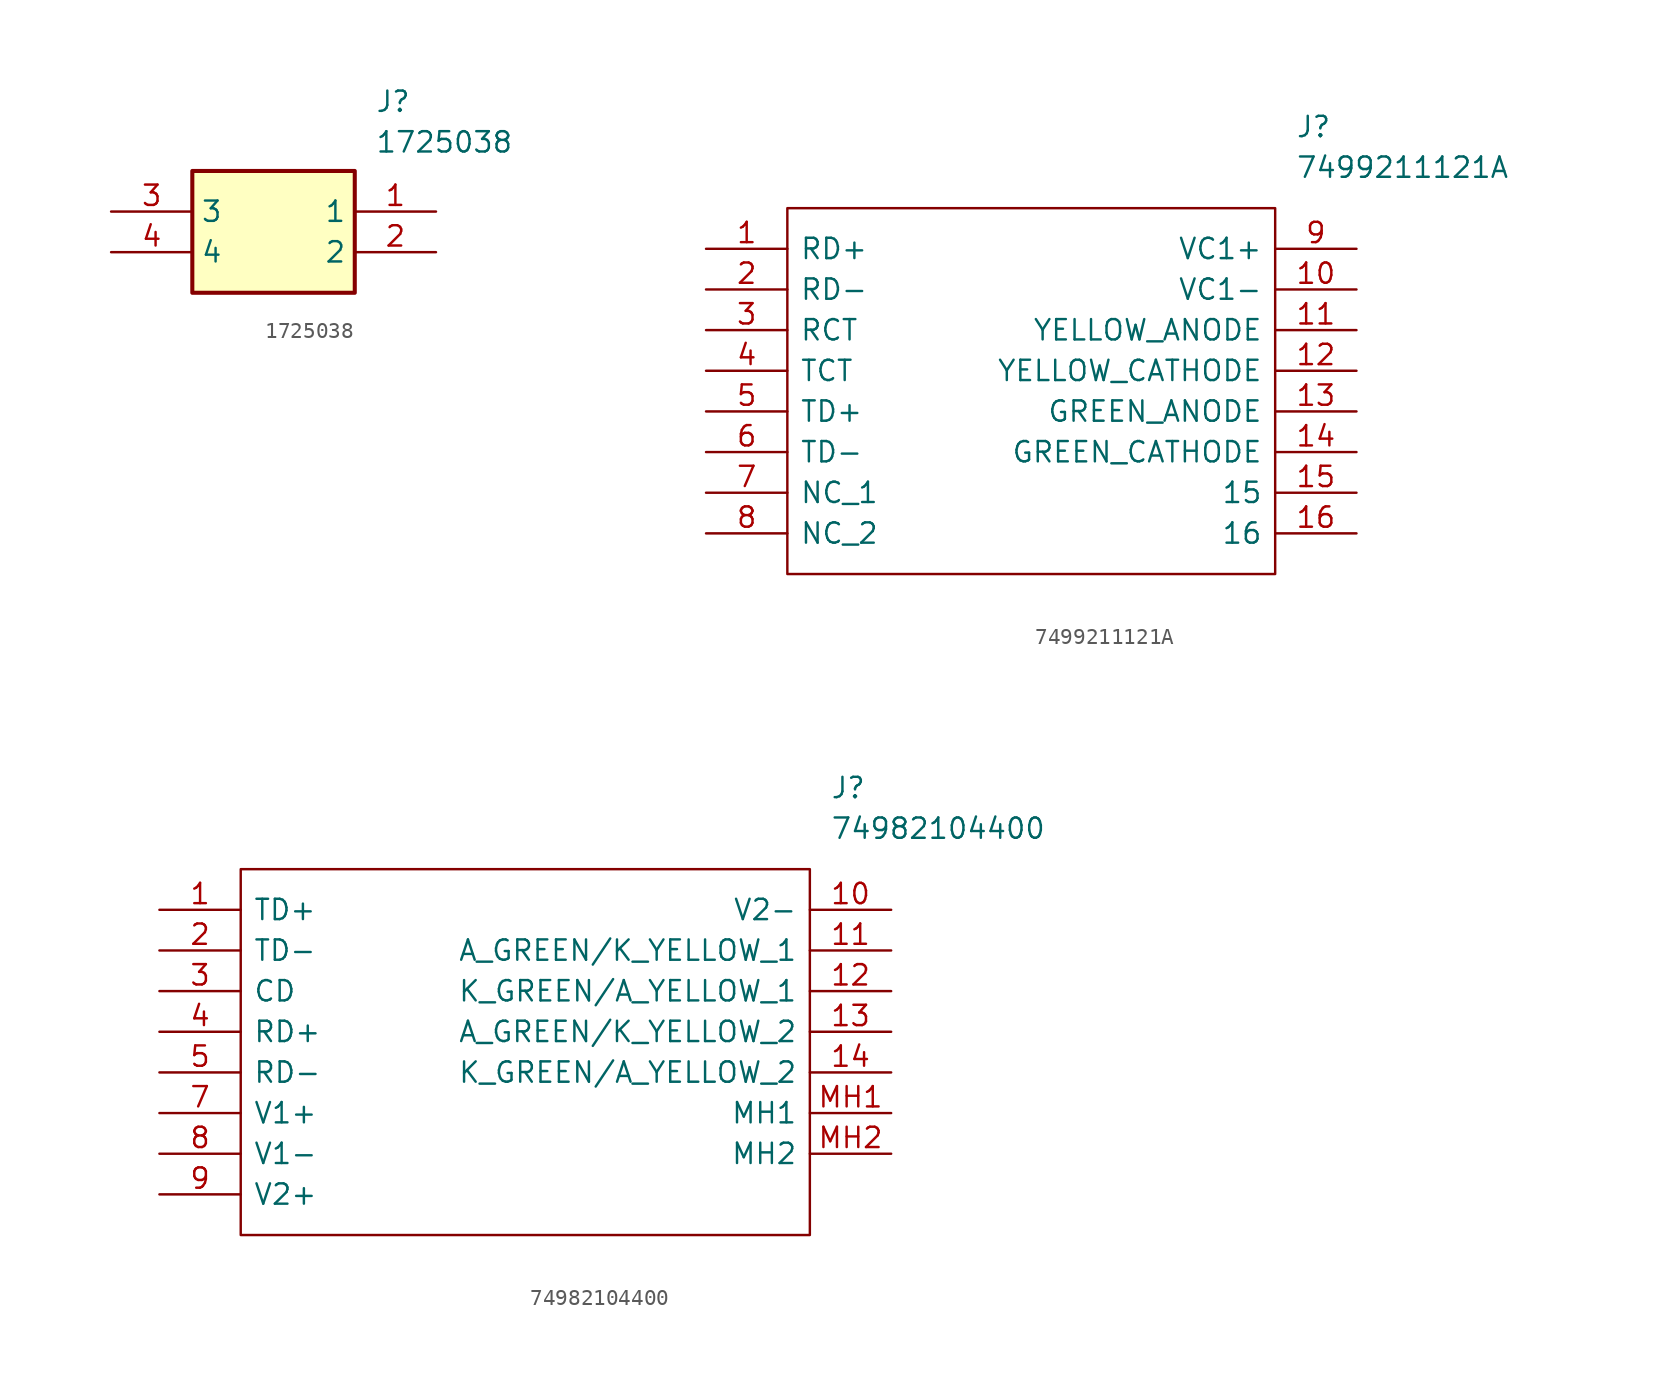
<source format=kicad_sym>
(kicad_symbol_lib
  (version 20231120)
  (generator "kicad_symbol_editor")
  (generator_version "8.0")
  (symbol "1725038"
    (property "Reference" "J"
      (at 16.51 7.62 0)
      (effects (font (size 1.27 1.27)) (justify left top)))
    (property "Value" "1725038"
      (at 16.51 5.08 0)
      (effects (font (size 1.27 1.27)) (justify left top)))
    (symbol "1725038_1_1"
      (rectangle (start 5.08 2.54) (end 15.24 -5.08) (stroke (width 0.254) (type default)) (fill (type background)))
      (pin passive line (at 20.32 0 180) (length 5.08) (name "1" (effects (font (size 1.27 1.27)))) (number "1" (effects (font (size 1.27 1.27)))))
      (pin passive line (at 20.32 -2.54 180) (length 5.08) (name "2" (effects (font (size 1.27 1.27)))) (number "2" (effects (font (size 1.27 1.27)))))
      (pin passive line (at 0 0 0) (length 5.08) (name "3" (effects (font (size 1.27 1.27)))) (number "3" (effects (font (size 1.27 1.27)))))
      (pin passive line (at 0 -2.54 0) (length 5.08) (name "4" (effects (font (size 1.27 1.27)))) (number "4" (effects (font (size 1.27 1.27)))))))
  (symbol "7499211121A"
    (pin_names
      (offset 0.762))
    (property "Reference" "J"
      (at 36.83 7.62 0)
      (effects (font (size 1.27 1.27)) (justify left)))
    (property "Value" "7499211121A"
      (at 36.83 5.08 0)
      (effects (font (size 1.27 1.27)) (justify left)))
    (symbol "7499211121A_0_0"
      (pin passive line (at 0 0 0) (length 5.08) (name "RD+" (effects (font (size 1.27 1.27)))) (number "1" (effects (font (size 1.27 1.27)))))
      (pin passive line (at 40.64 -2.54 180) (length 5.08) (name "VC1-" (effects (font (size 1.27 1.27)))) (number "10" (effects (font (size 1.27 1.27)))))
      (pin passive line (at 40.64 -5.08 180) (length 5.08) (name "YELLOW_ANODE" (effects (font (size 1.27 1.27)))) (number "11" (effects (font (size 1.27 1.27)))))
      (pin passive line (at 40.64 -7.62 180) (length 5.08) (name "YELLOW_CATHODE" (effects (font (size 1.27 1.27)))) (number "12" (effects (font (size 1.27 1.27)))))
      (pin passive line (at 40.64 -10.16 180) (length 5.08) (name "GREEN_ANODE" (effects (font (size 1.27 1.27)))) (number "13" (effects (font (size 1.27 1.27)))))
      (pin passive line (at 40.64 -12.7 180) (length 5.08) (name "GREEN_CATHODE" (effects (font (size 1.27 1.27)))) (number "14" (effects (font (size 1.27 1.27)))))
      (pin passive line (at 40.64 -15.24 180) (length 5.08) (name "15" (effects (font (size 1.27 1.27)))) (number "15" (effects (font (size 1.27 1.27)))))
      (pin passive line (at 40.64 -17.78 180) (length 5.08) (name "16" (effects (font (size 1.27 1.27)))) (number "16" (effects (font (size 1.27 1.27)))))
      (pin passive line (at 0 -2.54 0) (length 5.08) (name "RD-" (effects (font (size 1.27 1.27)))) (number "2" (effects (font (size 1.27 1.27)))))
      (pin passive line (at 0 -5.08 0) (length 5.08) (name "RCT" (effects (font (size 1.27 1.27)))) (number "3" (effects (font (size 1.27 1.27)))))
      (pin passive line (at 0 -7.62 0) (length 5.08) (name "TCT" (effects (font (size 1.27 1.27)))) (number "4" (effects (font (size 1.27 1.27)))))
      (pin passive line (at 0 -10.16 0) (length 5.08) (name "TD+" (effects (font (size 1.27 1.27)))) (number "5" (effects (font (size 1.27 1.27)))))
      (pin passive line (at 0 -12.7 0) (length 5.08) (name "TD-" (effects (font (size 1.27 1.27)))) (number "6" (effects (font (size 1.27 1.27)))))
      (pin passive line (at 0 -15.24 0) (length 5.08) (name "NC_1" (effects (font (size 1.27 1.27)))) (number "7" (effects (font (size 1.27 1.27)))))
      (pin passive line (at 0 -17.78 0) (length 5.08) (name "NC_2" (effects (font (size 1.27 1.27)))) (number "8" (effects (font (size 1.27 1.27)))))
      (pin passive line (at 40.64 0 180) (length 5.08) (name "VC1+" (effects (font (size 1.27 1.27)))) (number "9" (effects (font (size 1.27 1.27))))))
    (symbol "7499211121A_0_1"
      (polyline (pts (xy 5.08 2.54) (xy 35.56 2.54) (xy 35.56 -20.32) (xy 5.08 -20.32) (xy 5.08 2.54)) (stroke (width 0.152) (type solid)) (fill (type none)))))
  (symbol "74982104400"
    (pin_names
      (offset 0.762))
    (property "Reference" "J"
      (at 41.91 7.62 0)
      (effects (font (size 1.27 1.27)) (justify left)))
    (property "Value" "74982104400"
      (at 41.91 5.08 0)
      (effects (font (size 1.27 1.27)) (justify left)))
    (symbol "74982104400_0_0"
      (pin passive line (at 0 0 0) (length 5.08) (name "TD+" (effects (font (size 1.27 1.27)))) (number "1" (effects (font (size 1.27 1.27)))))
      (pin passive line (at 45.72 0 180) (length 5.08) (name "V2-" (effects (font (size 1.27 1.27)))) (number "10" (effects (font (size 1.27 1.27)))))
      (pin passive line (at 45.72 -2.54 180) (length 5.08) (name "A_GREEN/K_YELLOW_1" (effects (font (size 1.27 1.27)))) (number "11" (effects (font (size 1.27 1.27)))))
      (pin passive line (at 45.72 -5.08 180) (length 5.08) (name "K_GREEN/A_YELLOW_1" (effects (font (size 1.27 1.27)))) (number "12" (effects (font (size 1.27 1.27)))))
      (pin passive line (at 45.72 -7.62 180) (length 5.08) (name "A_GREEN/K_YELLOW_2" (effects (font (size 1.27 1.27)))) (number "13" (effects (font (size 1.27 1.27)))))
      (pin passive line (at 45.72 -10.16 180) (length 5.08) (name "K_GREEN/A_YELLOW_2" (effects (font (size 1.27 1.27)))) (number "14" (effects (font (size 1.27 1.27)))))
      (pin passive line (at 0 -2.54 0) (length 5.08) (name "TD-" (effects (font (size 1.27 1.27)))) (number "2" (effects (font (size 1.27 1.27)))))
      (pin passive line (at 0 -5.08 0) (length 5.08) (name "CD" (effects (font (size 1.27 1.27)))) (number "3" (effects (font (size 1.27 1.27)))))
      (pin passive line (at 0 -7.62 0) (length 5.08) (name "RD+" (effects (font (size 1.27 1.27)))) (number "4" (effects (font (size 1.27 1.27)))))
      (pin passive line (at 0 -10.16 0) (length 5.08) (name "RD-" (effects (font (size 1.27 1.27)))) (number "5" (effects (font (size 1.27 1.27)))))
      (pin passive line (at 0 -12.7 0) (length 5.08) (name "V1+" (effects (font (size 1.27 1.27)))) (number "7" (effects (font (size 1.27 1.27)))))
      (pin passive line (at 0 -15.24 0) (length 5.08) (name "V1-" (effects (font (size 1.27 1.27)))) (number "8" (effects (font (size 1.27 1.27)))))
      (pin passive line (at 0 -17.78 0) (length 5.08) (name "V2+" (effects (font (size 1.27 1.27)))) (number "9" (effects (font (size 1.27 1.27)))))
      (pin passive line (at 45.72 -12.7 180) (length 5.08) (name "MH1" (effects (font (size 1.27 1.27)))) (number "MH1" (effects (font (size 1.27 1.27)))))
      (pin passive line (at 45.72 -15.24 180) (length 5.08) (name "MH2" (effects (font (size 1.27 1.27)))) (number "MH2" (effects (font (size 1.27 1.27))))))
    (symbol "74982104400_0_1"
      (polyline (pts (xy 5.08 2.54) (xy 40.64 2.54) (xy 40.64 -20.32) (xy 5.08 -20.32) (xy 5.08 2.54)) (stroke (width 0.152) (type solid)) (fill (type none))))))
</source>
